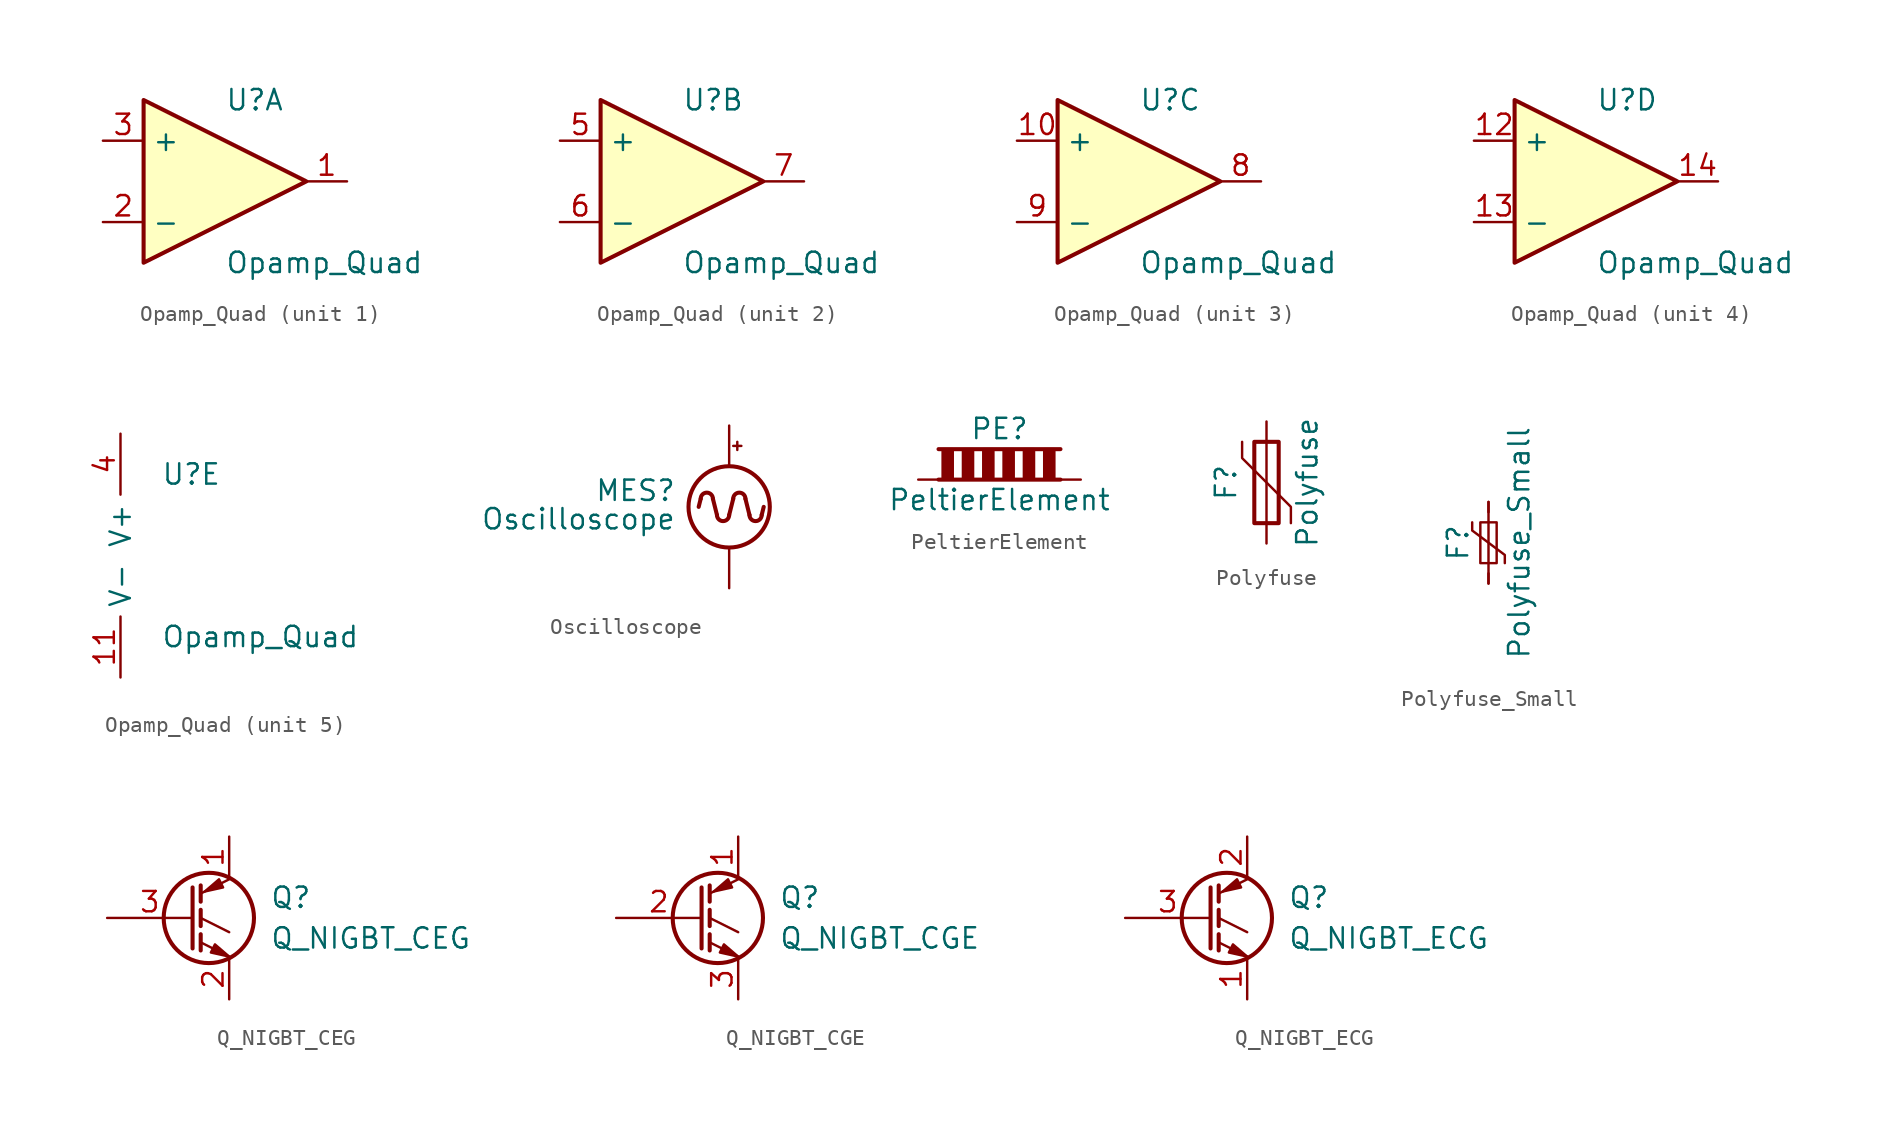
<source format=kicad_sym>
(kicad_symbol_lib
  (version 20241209)
  (generator "kicad_symbol_editor")
  (generator_version "9.0")
  (symbol "Opamp_Quad"
    (property "Reference" "U"
      (at 0 5.08 0)
      (effects (font (size 1.27 1.27)) (justify left)))
    (property "Value" "Opamp_Quad"
      (at 0 -5.08 0)
      (effects (font (size 1.27 1.27)) (justify left)))
    (property "ki_locked" ""
      (at 0 0 0)
      (effects (font (size 1.27 1.27))))
    (symbol "Opamp_Quad_1_1"
      (polyline (pts (xy -5.08 5.08) (xy 5.08 0) (xy -5.08 -5.08) (xy -5.08 5.08)) (stroke (width 0.254) (type default)) (fill (type background)))
      (pin input line (at -7.62 2.54 0) (length 2.54) (name "+" (effects (font (size 1.27 1.27)))) (number "3" (effects (font (size 1.27 1.27)))))
      (pin input line (at -7.62 -2.54 0) (length 2.54) (name "-" (effects (font (size 1.27 1.27)))) (number "2" (effects (font (size 1.27 1.27)))))
      (pin output line (at 7.62 0 180) (length 2.54) (name "~" (effects (font (size 1.27 1.27)))) (number "1" (effects (font (size 1.27 1.27))))))
    (symbol "Opamp_Quad_2_1"
      (polyline (pts (xy -5.08 5.08) (xy 5.08 0) (xy -5.08 -5.08) (xy -5.08 5.08)) (stroke (width 0.254) (type default)) (fill (type background)))
      (pin input line (at -7.62 2.54 0) (length 2.54) (name "+" (effects (font (size 1.27 1.27)))) (number "5" (effects (font (size 1.27 1.27)))))
      (pin input line (at -7.62 -2.54 0) (length 2.54) (name "-" (effects (font (size 1.27 1.27)))) (number "6" (effects (font (size 1.27 1.27)))))
      (pin output line (at 7.62 0 180) (length 2.54) (name "~" (effects (font (size 1.27 1.27)))) (number "7" (effects (font (size 1.27 1.27))))))
    (symbol "Opamp_Quad_3_1"
      (polyline (pts (xy -5.08 5.08) (xy 5.08 0) (xy -5.08 -5.08) (xy -5.08 5.08)) (stroke (width 0.254) (type default)) (fill (type background)))
      (pin input line (at -7.62 2.54 0) (length 2.54) (name "+" (effects (font (size 1.27 1.27)))) (number "10" (effects (font (size 1.27 1.27)))))
      (pin input line (at -7.62 -2.54 0) (length 2.54) (name "-" (effects (font (size 1.27 1.27)))) (number "9" (effects (font (size 1.27 1.27)))))
      (pin output line (at 7.62 0 180) (length 2.54) (name "~" (effects (font (size 1.27 1.27)))) (number "8" (effects (font (size 1.27 1.27))))))
    (symbol "Opamp_Quad_4_1"
      (polyline (pts (xy -5.08 5.08) (xy 5.08 0) (xy -5.08 -5.08) (xy -5.08 5.08)) (stroke (width 0.254) (type default)) (fill (type background)))
      (pin input line (at -7.62 2.54 0) (length 2.54) (name "+" (effects (font (size 1.27 1.27)))) (number "12" (effects (font (size 1.27 1.27)))))
      (pin input line (at -7.62 -2.54 0) (length 2.54) (name "-" (effects (font (size 1.27 1.27)))) (number "13" (effects (font (size 1.27 1.27)))))
      (pin output line (at 7.62 0 180) (length 2.54) (name "~" (effects (font (size 1.27 1.27)))) (number "14" (effects (font (size 1.27 1.27))))))
    (symbol "Opamp_Quad_5_1"
      (pin power_in line (at -2.54 7.62 270) (length 3.81) (name "V+" (effects (font (size 1.27 1.27)))) (number "4" (effects (font (size 1.27 1.27)))))
      (pin power_in line (at -2.54 -7.62 90) (length 3.81) (name "V-" (effects (font (size 1.27 1.27)))) (number "11" (effects (font (size 1.27 1.27)))))))
  (symbol "Oscilloscope"
    (pin_numbers
      (hide yes))
    (pin_names
      (offset 0.025)
      (hide yes))
    (property "Reference" "MES"
      (at -3.302 1.016 0)
      (effects (font (size 1.27 1.27)) (justify right)))
    (property "Value" "Oscilloscope"
      (at -3.302 -0.762 0)
      (effects (font (size 1.27 1.27)) (justify right)))
    (symbol "Oscilloscope_0_0"
      (polyline (pts (xy -1.778 0.508) (xy -1.905 0)) (stroke (width 0.254) (type default)) (fill (type none)))
      (arc (start -1.778 0.508) (mid -1.397 0.8874) (end -1.016 0.508) (stroke (width 0.254) (type default)) (fill (type none)))
      (polyline (pts (xy -1.016 0.508) (xy -0.762 -0.508)) (stroke (width 0.254) (type default)) (fill (type none)))
      (arc (start 0 -0.508) (mid -0.381 -0.8874) (end -0.762 -0.508) (stroke (width 0.254) (type default)) (fill (type none)))
      (polyline (pts (xy 0 -0.508) (xy 0.254 0.508)) (stroke (width 0.254) (type default)) (fill (type none)))
      (arc (start 0.254 0.508) (mid 0.635 0.8874) (end 1.016 0.508) (stroke (width 0.254) (type default)) (fill (type none)))
      (polyline (pts (xy 1.016 0.508) (xy 1.27 -0.508)) (stroke (width 0.254) (type default)) (fill (type none)))
      (arc (start 2.032 -0.508) (mid 1.651 -0.8874) (end 1.27 -0.508) (stroke (width 0.254) (type default)) (fill (type none)))
      (polyline (pts (xy 2.032 -0.508) (xy 2.159 0)) (stroke (width 0.254) (type default)) (fill (type none))))
    (symbol "Oscilloscope_0_1"
      (circle (center 0 0) (radius 2.54) (stroke (width 0.254) (type default)) (fill (type none)))
      (polyline (pts (xy 0.254 3.81) (xy 0.762 3.81)) (stroke (width 0) (type default)) (fill (type none)))
      (polyline (pts (xy 0.508 4.064) (xy 0.508 3.556)) (stroke (width 0) (type default)) (fill (type none))))
    (symbol "Oscilloscope_1_1"
      (pin passive line (at 0 5.08 270) (length 2.54) (name "+" (effects (font (size 1.27 1.27)))) (number "2" (effects (font (size 1.27 1.27)))))
      (pin passive line (at 0 -5.08 90) (length 2.54) (name "-" (effects (font (size 1.27 1.27)))) (number "1" (effects (font (size 1.27 1.27)))))))
  (symbol "PeltierElement"
    (pin_numbers
      (hide yes))
    (pin_names
      (offset 0))
    (property "Reference" "PE"
      (at 0 3.175 0)
      (effects (font (size 1.27 1.27))))
    (property "Value" "PeltierElement"
      (at 0 -1.27 0)
      (effects (font (size 1.27 1.27))))
    (symbol "PeltierElement_0_1"
      (polyline (pts (xy -3.81 1.905) (xy 3.81 1.905)) (stroke (width 0.254) (type default)) (fill (type none)))
      (polyline (pts (xy -3.81 0) (xy 3.81 0)) (stroke (width 0.254) (type default)) (fill (type outline)))
      (rectangle (start -3.556 1.905) (end -2.921 0) (stroke (width 0) (type default)) (fill (type outline)))
      (rectangle (start -2.286 1.905) (end -1.651 0) (stroke (width 0) (type default)) (fill (type outline)))
      (rectangle (start -0.381 1.905) (end -1.016 0) (stroke (width 0) (type default)) (fill (type outline)))
      (rectangle (start 0.889 1.905) (end 0.254 0) (stroke (width 0) (type default)) (fill (type outline)))
      (rectangle (start 1.524 0) (end 2.159 1.905) (stroke (width 0) (type default)) (fill (type outline)))
      (rectangle (start 2.794 0) (end 3.429 1.905) (stroke (width 0) (type default)) (fill (type outline))))
    (symbol "PeltierElement_1_1"
      (pin passive line (at -5.08 0 0) (length 1.27) (name "~" (effects (font (size 1.27 1.27)))) (number "1" (effects (font (size 1.27 1.27)))))
      (pin passive line (at 5.08 0 180) (length 1.27) (name "~" (effects (font (size 1.27 1.27)))) (number "2" (effects (font (size 1.27 1.27)))))))
  (symbol "Polyfuse"
    (pin_numbers
      (hide yes))
    (pin_names
      (offset 0))
    (property "Reference" "F"
      (at -2.54 0 90)
      (effects (font (size 1.27 1.27))))
    (property "Value" "Polyfuse"
      (at 2.54 0 90)
      (effects (font (size 1.27 1.27))))
    (symbol "Polyfuse_0_1"
      (polyline (pts (xy -1.524 2.54) (xy -1.524 1.524) (xy 1.524 -1.524) (xy 1.524 -2.54)) (stroke (width 0) (type default)) (fill (type none)))
      (rectangle (start -0.762 2.54) (end 0.762 -2.54) (stroke (width 0.254) (type default)) (fill (type none)))
      (polyline (pts (xy 0 2.54) (xy 0 -2.54)) (stroke (width 0) (type default)) (fill (type none))))
    (symbol "Polyfuse_1_1"
      (pin passive line (at 0 3.81 270) (length 1.27) (name "~" (effects (font (size 1.27 1.27)))) (number "1" (effects (font (size 1.27 1.27)))))
      (pin passive line (at 0 -3.81 90) (length 1.27) (name "~" (effects (font (size 1.27 1.27)))) (number "2" (effects (font (size 1.27 1.27)))))))
  (symbol "Polyfuse_Small"
    (pin_numbers
      (hide yes))
    (pin_names
      (offset 0))
    (property "Reference" "F"
      (at -1.905 0 90)
      (effects (font (size 1.27 1.27))))
    (property "Value" "Polyfuse_Small"
      (at 1.905 0 90)
      (effects (font (size 1.27 1.27))))
    (symbol "Polyfuse_Small_0_1"
      (polyline (pts (xy -1.016 1.27) (xy -1.016 0.762) (xy 1.016 -0.762) (xy 1.016 -1.27)) (stroke (width 0) (type default)) (fill (type none)))
      (rectangle (start -0.508 1.27) (end 0.508 -1.27) (stroke (width 0) (type default)) (fill (type none)))
      (polyline (pts (xy 0 2.54) (xy 0 -2.54)) (stroke (width 0) (type default)) (fill (type none))))
    (symbol "Polyfuse_Small_1_1"
      (pin passive line (at 0 2.54 270) (length 0.635) (name "~" (effects (font (size 1.27 1.27)))) (number "1" (effects (font (size 1.27 1.27)))))
      (pin passive line (at 0 -2.54 90) (length 0.635) (name "~" (effects (font (size 1.27 1.27)))) (number "2" (effects (font (size 1.27 1.27)))))))
  (symbol "Q_NIGBT_CEG"
    (pin_names
      (offset 0)
      (hide yes))
    (property "Reference" "Q"
      (at 5.08 1.27 0)
      (effects (font (size 1.27 1.27)) (justify left)))
    (property "Value" "Q_NIGBT_CEG"
      (at 5.08 -1.27 0)
      (effects (font (size 1.27 1.27)) (justify left)))
    (symbol "Q_NIGBT_CEG_0_1"
      (polyline (pts (xy 0.254 1.905) (xy 0.254 -1.905) (xy 0.254 -1.905)) (stroke (width 0.254) (type default)) (fill (type none)))
      (polyline (pts (xy 0.762 2.032) (xy 0.762 1.016)) (stroke (width 0.254) (type default)) (fill (type none)))
      (polyline (pts (xy 0.762 0.508) (xy 0.762 -0.508)) (stroke (width 0.254) (type default)) (fill (type none)))
      (polyline (pts (xy 0.762 -1.016) (xy 0.762 -2.032)) (stroke (width 0.254) (type default)) (fill (type none)))
      (circle (center 1.27 0) (radius 2.819) (stroke (width 0.254) (type default)) (fill (type none)))
      (polyline (pts (xy 1.397 -2.159) (xy 1.651 -1.651) (xy 2.54 -2.413) (xy 1.397 -2.159)) (stroke (width 0) (type default)) (fill (type outline)))
      (polyline (pts (xy 2.159 1.905) (xy 1.905 2.413) (xy 1.016 1.651) (xy 2.159 1.905)) (stroke (width 0) (type default)) (fill (type outline)))
      (polyline (pts (xy 2.54 2.413) (xy 0.762 1.524)) (stroke (width 0) (type default)) (fill (type none)))
      (polyline (pts (xy 2.54 -0.889) (xy 0.762 0)) (stroke (width 0) (type default)) (fill (type none)))
      (polyline (pts (xy 2.54 -2.413) (xy 0.762 -1.524)) (stroke (width 0) (type default)) (fill (type none))))
    (symbol "Q_NIGBT_CEG_1_1"
      (pin input line (at -5.08 0 0) (length 5.334) (name "G" (effects (font (size 1.27 1.27)))) (number "3" (effects (font (size 1.27 1.27)))))
      (pin passive line (at 2.54 5.08 270) (length 2.54) (name "C" (effects (font (size 1.27 1.27)))) (number "1" (effects (font (size 1.27 1.27)))))
      (pin passive line (at 2.54 -5.08 90) (length 2.54) (name "E" (effects (font (size 1.27 1.27)))) (number "2" (effects (font (size 1.27 1.27)))))))
  (symbol "Q_NIGBT_CGE"
    (pin_names
      (offset 0)
      (hide yes))
    (property "Reference" "Q"
      (at 5.08 1.27 0)
      (effects (font (size 1.27 1.27)) (justify left)))
    (property "Value" "Q_NIGBT_CGE"
      (at 5.08 -1.27 0)
      (effects (font (size 1.27 1.27)) (justify left)))
    (symbol "Q_NIGBT_CGE_0_1"
      (polyline (pts (xy 0.254 1.905) (xy 0.254 -1.905) (xy 0.254 -1.905)) (stroke (width 0.254) (type default)) (fill (type none)))
      (polyline (pts (xy 0.762 2.032) (xy 0.762 1.016)) (stroke (width 0.254) (type default)) (fill (type none)))
      (polyline (pts (xy 0.762 0.508) (xy 0.762 -0.508)) (stroke (width 0.254) (type default)) (fill (type none)))
      (polyline (pts (xy 0.762 -1.016) (xy 0.762 -2.032)) (stroke (width 0.254) (type default)) (fill (type none)))
      (circle (center 1.27 0) (radius 2.819) (stroke (width 0.254) (type default)) (fill (type none)))
      (polyline (pts (xy 1.397 -2.159) (xy 1.651 -1.651) (xy 2.54 -2.413) (xy 1.397 -2.159)) (stroke (width 0) (type default)) (fill (type outline)))
      (polyline (pts (xy 2.159 1.905) (xy 1.905 2.413) (xy 1.016 1.651) (xy 2.159 1.905)) (stroke (width 0) (type default)) (fill (type outline)))
      (polyline (pts (xy 2.54 2.413) (xy 0.762 1.524)) (stroke (width 0) (type default)) (fill (type none)))
      (polyline (pts (xy 2.54 -0.889) (xy 0.762 0)) (stroke (width 0) (type default)) (fill (type none)))
      (polyline (pts (xy 2.54 -2.413) (xy 0.762 -1.524)) (stroke (width 0) (type default)) (fill (type none))))
    (symbol "Q_NIGBT_CGE_1_1"
      (pin input line (at -5.08 0 0) (length 5.334) (name "G" (effects (font (size 1.27 1.27)))) (number "2" (effects (font (size 1.27 1.27)))))
      (pin passive line (at 2.54 5.08 270) (length 2.54) (name "C" (effects (font (size 1.27 1.27)))) (number "1" (effects (font (size 1.27 1.27)))))
      (pin passive line (at 2.54 -5.08 90) (length 2.54) (name "E" (effects (font (size 1.27 1.27)))) (number "3" (effects (font (size 1.27 1.27)))))))
  (symbol "Q_NIGBT_ECG"
    (pin_names
      (offset 0)
      (hide yes))
    (property "Reference" "Q"
      (at 5.08 1.27 0)
      (effects (font (size 1.27 1.27)) (justify left)))
    (property "Value" "Q_NIGBT_ECG"
      (at 5.08 -1.27 0)
      (effects (font (size 1.27 1.27)) (justify left)))
    (symbol "Q_NIGBT_ECG_0_1"
      (polyline (pts (xy 0.254 1.905) (xy 0.254 -1.905) (xy 0.254 -1.905)) (stroke (width 0.254) (type default)) (fill (type none)))
      (polyline (pts (xy 0.762 2.032) (xy 0.762 1.016)) (stroke (width 0.254) (type default)) (fill (type none)))
      (polyline (pts (xy 0.762 0.508) (xy 0.762 -0.508)) (stroke (width 0.254) (type default)) (fill (type none)))
      (polyline (pts (xy 0.762 -1.016) (xy 0.762 -2.032)) (stroke (width 0.254) (type default)) (fill (type none)))
      (circle (center 1.27 0) (radius 2.819) (stroke (width 0.254) (type default)) (fill (type none)))
      (polyline (pts (xy 1.397 -2.159) (xy 1.651 -1.651) (xy 2.54 -2.413) (xy 1.397 -2.159)) (stroke (width 0) (type default)) (fill (type outline)))
      (polyline (pts (xy 2.159 1.905) (xy 1.905 2.413) (xy 1.016 1.651) (xy 2.159 1.905)) (stroke (width 0) (type default)) (fill (type outline)))
      (polyline (pts (xy 2.54 2.413) (xy 0.762 1.524)) (stroke (width 0) (type default)) (fill (type none)))
      (polyline (pts (xy 2.54 -0.889) (xy 0.762 0)) (stroke (width 0) (type default)) (fill (type none)))
      (polyline (pts (xy 2.54 -2.413) (xy 0.762 -1.524)) (stroke (width 0) (type default)) (fill (type none))))
    (symbol "Q_NIGBT_ECG_1_1"
      (pin input line (at -5.08 0 0) (length 5.334) (name "G" (effects (font (size 1.27 1.27)))) (number "3" (effects (font (size 1.27 1.27)))))
      (pin passive line (at 2.54 5.08 270) (length 2.54) (name "C" (effects (font (size 1.27 1.27)))) (number "2" (effects (font (size 1.27 1.27)))))
      (pin passive line (at 2.54 -5.08 90) (length 2.54) (name "E" (effects (font (size 1.27 1.27)))) (number "1" (effects (font (size 1.27 1.27))))))))
</source>
